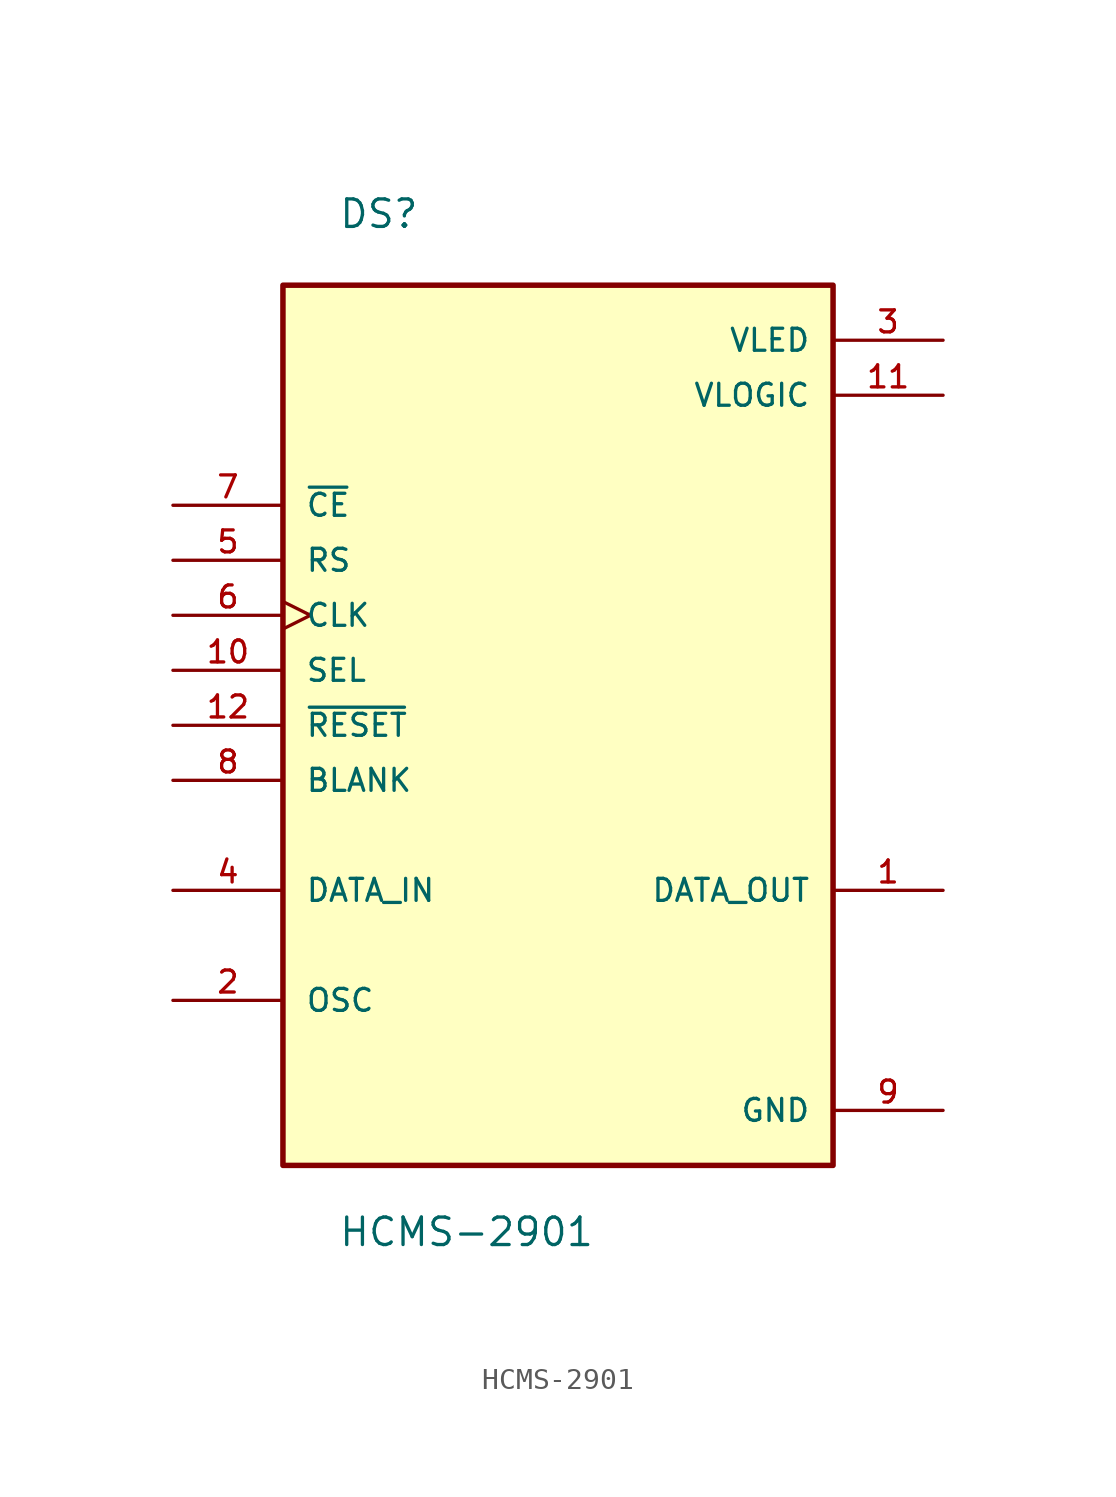
<source format=kicad_sym>
(kicad_symbol_lib
  (version 20211014)
  (generator kicad_symbol_editor)
  (symbol "HCMS-2901"
    (pin_names
      (offset 1.016))
    (property "Reference" "DS"
      (at -10.156 22.872 0)
      (effects (font (size 1.27 1.27)) (justify bottom left)))
    (property "Value" "HCMS-2901"
      (at -10.158 -24.137 0)
      (effects (font (size 1.27 1.27)) (justify bottom left)))
    (symbol "HCMS-2901_0_0"
      (rectangle (start -12.7 -20.32) (end 12.7 20.32) (stroke (width 0.254)) (fill (type background)))
      (pin output line (at 17.78 -7.62 180.0) (length 5.08) (name "DATA_OUT" (effects (font (size 1.016 1.016)))) (number "1" (effects (font (size 1.016 1.016)))))
      (pin bidirectional line (at -17.78 -12.7 0) (length 5.08) (name "OSC" (effects (font (size 1.016 1.016)))) (number "2" (effects (font (size 1.016 1.016)))))
      (pin power_in line (at 17.78 17.78 180.0) (length 5.08) (name "VLED" (effects (font (size 1.016 1.016)))) (number "3" (effects (font (size 1.016 1.016)))))
      (pin input line (at -17.78 -7.62 0) (length 5.08) (name "DATA_IN" (effects (font (size 1.016 1.016)))) (number "4" (effects (font (size 1.016 1.016)))))
      (pin input line (at -17.78 7.62 0) (length 5.08) (name "RS" (effects (font (size 1.016 1.016)))) (number "5" (effects (font (size 1.016 1.016)))))
      (pin input line (at -17.78 10.16 0) (length 5.08) (name "~{CE}" (effects (font (size 1.016 1.016)))) (number "7" (effects (font (size 1.016 1.016)))))
      (pin input clock (at -17.78 5.08 0) (length 5.08) (name "CLK" (effects (font (size 1.016 1.016)))) (number "6" (effects (font (size 1.016 1.016)))))
      (pin input line (at -17.78 -2.54 0) (length 5.08) (name "BLANK" (effects (font (size 1.016 1.016)))) (number "8" (effects (font (size 1.016 1.016)))))
      (pin power_in line (at 17.78 -17.78 180.0) (length 5.08) (name "GND" (effects (font (size 1.016 1.016)))) (number "9" (effects (font (size 1.016 1.016)))))
      (pin input line (at -17.78 2.54 0) (length 5.08) (name "SEL" (effects (font (size 1.016 1.016)))) (number "10" (effects (font (size 1.016 1.016)))))
      (pin power_in line (at 17.78 15.24 180.0) (length 5.08) (name "VLOGIC" (effects (font (size 1.016 1.016)))) (number "11" (effects (font (size 1.016 1.016)))))
      (pin input line (at -17.78 0.0 0) (length 5.08) (name "~{RESET}" (effects (font (size 1.016 1.016)))) (number "12" (effects (font (size 1.016 1.016))))))))
</source>
